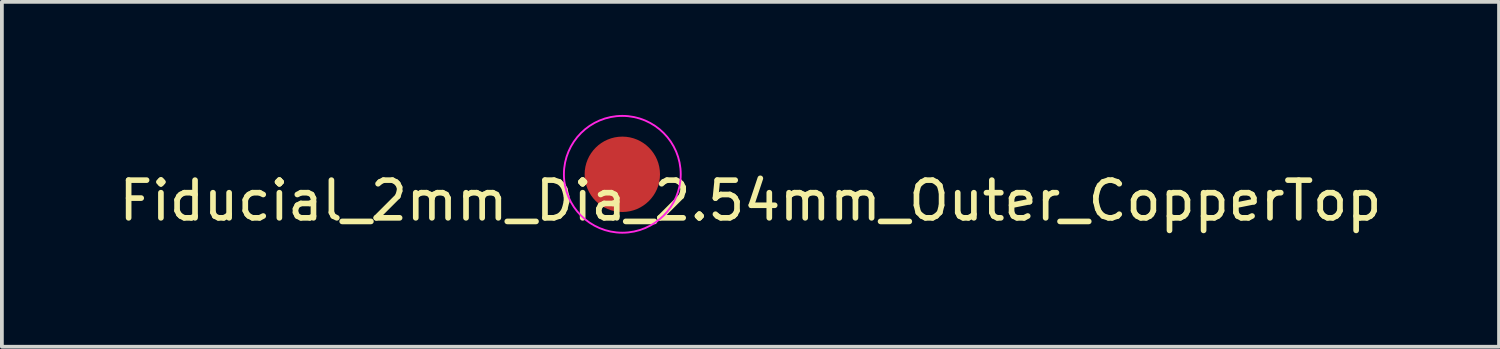
<source format=kicad_pcb>
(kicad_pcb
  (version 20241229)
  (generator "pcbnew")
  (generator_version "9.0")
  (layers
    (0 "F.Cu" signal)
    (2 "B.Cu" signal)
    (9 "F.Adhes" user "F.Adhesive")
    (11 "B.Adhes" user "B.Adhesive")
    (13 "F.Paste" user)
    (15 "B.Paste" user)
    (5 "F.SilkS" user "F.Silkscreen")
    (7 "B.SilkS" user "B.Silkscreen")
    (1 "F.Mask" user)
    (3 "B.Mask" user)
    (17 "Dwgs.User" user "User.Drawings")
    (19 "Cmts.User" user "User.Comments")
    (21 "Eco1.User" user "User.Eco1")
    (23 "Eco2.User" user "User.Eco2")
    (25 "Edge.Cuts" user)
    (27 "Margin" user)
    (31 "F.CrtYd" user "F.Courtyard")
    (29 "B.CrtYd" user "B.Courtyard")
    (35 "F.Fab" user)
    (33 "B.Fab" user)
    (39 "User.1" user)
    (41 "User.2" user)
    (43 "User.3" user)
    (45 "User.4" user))
  (footprint "Fiducial_2mm_Dia_2.54mm_Outer_CopperTop"
    (layer "F.Cu")
    (at 13.463 1.575)
    (property "Reference" "Fiducial_2mm_Dia_2.54mm_Outer_CopperTop" (at 3.4 0.7 0) (layer "F.SilkS") (effects (font (size 1 1) (thickness 0.15))))
    (attr exclude_from_pos_files exclude_from_bom)
    (fp_circle (center 0 0) (end 1.55 0) (stroke (width 0.05) (type solid)) (fill no) (layer "F.CrtYd"))
    (pad "~" smd circle (at 0 0) (size 2 2) (layers "F.Cu" "F.Mask")))
  (gr_rect
    (start -3 -3)
    (end 36.726 6.15)
    (stroke (width 0.1) (type default))
    (fill no)
    (layer "Edge.Cuts")))
</source>
